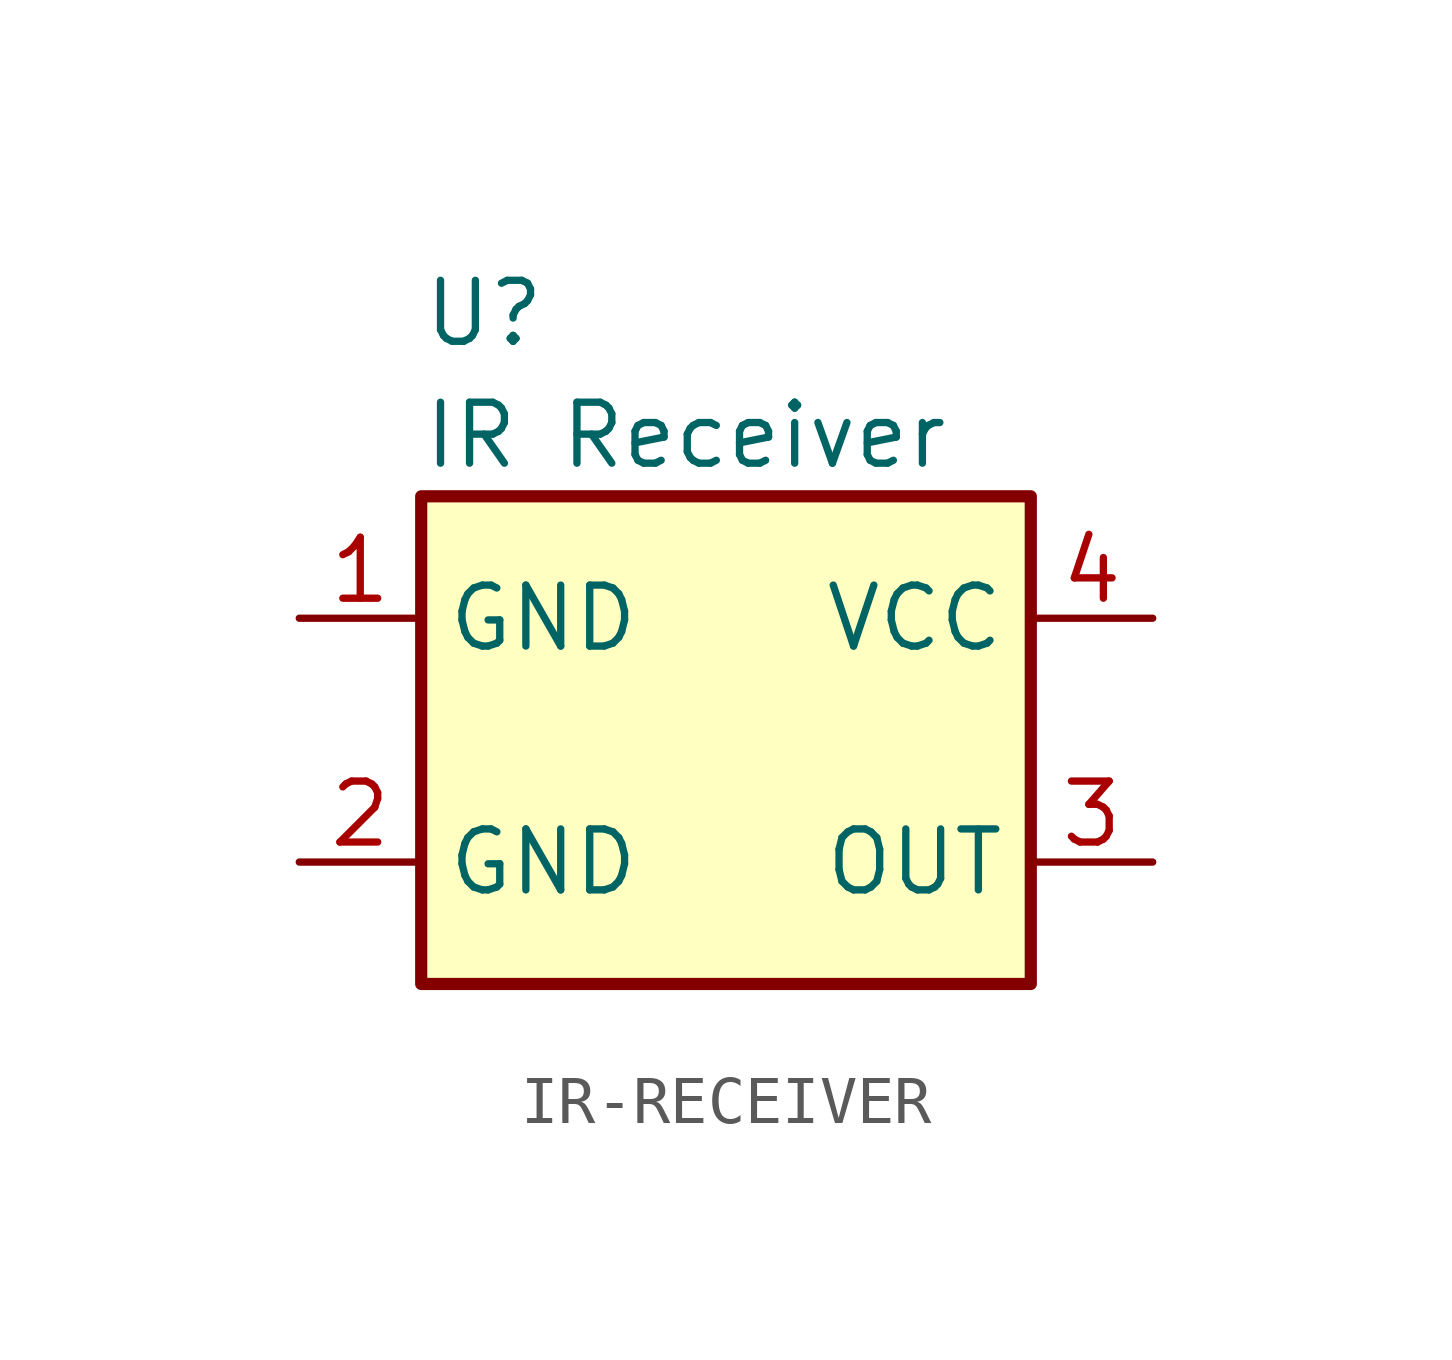
<source format=kicad_sym>
(kicad_symbol_lib
  (version 20220914)
  (generator kicad_symbol_editor)
  (symbol "IR-RECEIVER"
    (property "Reference" "U"
      (at -6.35 8.89 0)
      (effects (font (size 1.27 1.27)) (justify left)))
    (property "Value" "IR Receiver"
      (at -6.35 6.35 0)
      (effects (font (size 1.27 1.27)) (justify left)))
    (property "Manufacturer" ""
      (at 0 0 0)
      (effects (font (size 1.27 1.27)) (justify left)))
    (property "Manufacturer Part Number" ""
      (at 0 0 0)
      (effects (font (size 1.27 1.27)) (justify left)))
    (symbol "IR-RECEIVER_0_1"
      (rectangle (start -6.35 5.08) (end 6.35 -5.08) (stroke (width 0.254) (type default)) (fill (type background))))
    (symbol "IR-RECEIVER_1_1"
      (pin power_in line (at -8.89 2.54 0) (length 2.54) (name "GND" (effects (font (size 1.27 1.27)))) (number "1" (effects (font (size 1.27 1.27)))))
      (pin power_in line (at -8.89 -2.54 0) (length 2.54) (name "GND" (effects (font (size 1.27 1.27)))) (number "2" (effects (font (size 1.27 1.27)))))
      (pin passive line (at 8.89 -2.54 180) (length 2.54) (name "OUT" (effects (font (size 1.27 1.27)))) (number "3" (effects (font (size 1.27 1.27)))))
      (pin power_in line (at 8.89 2.54 180) (length 2.54) (name "VCC" (effects (font (size 1.27 1.27)))) (number "4" (effects (font (size 1.27 1.27))))))))
</source>
